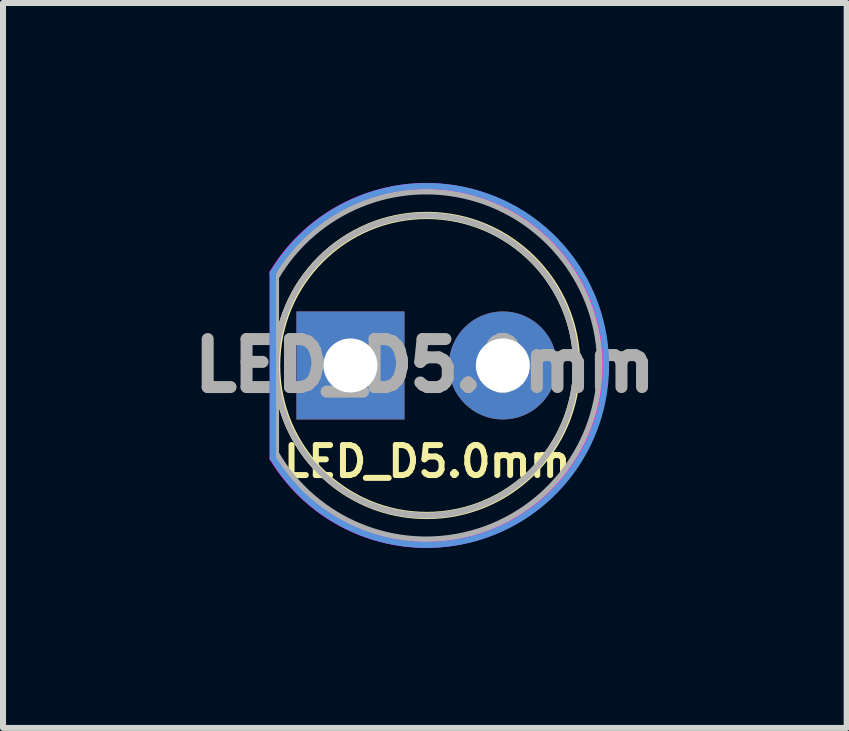
<source format=kicad_pcb>
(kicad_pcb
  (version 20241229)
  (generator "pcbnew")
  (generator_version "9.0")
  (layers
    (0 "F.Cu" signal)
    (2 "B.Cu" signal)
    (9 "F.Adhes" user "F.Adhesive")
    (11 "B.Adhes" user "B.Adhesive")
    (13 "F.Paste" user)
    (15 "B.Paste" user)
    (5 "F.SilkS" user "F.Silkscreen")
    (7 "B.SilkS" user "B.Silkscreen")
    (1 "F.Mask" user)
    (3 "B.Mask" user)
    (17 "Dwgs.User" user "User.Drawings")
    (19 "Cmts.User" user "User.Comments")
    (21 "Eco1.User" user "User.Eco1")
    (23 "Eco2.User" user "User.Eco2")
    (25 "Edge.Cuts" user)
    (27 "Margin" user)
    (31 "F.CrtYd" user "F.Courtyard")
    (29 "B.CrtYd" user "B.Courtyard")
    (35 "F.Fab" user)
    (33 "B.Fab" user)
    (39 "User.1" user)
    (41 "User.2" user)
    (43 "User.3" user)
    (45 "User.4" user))
  (footprint "LED_D5.0mm"
    (layer "F.Cu")
    (at 4.06 3.04)
    (property "Reference" "LED_D5.0mm" (at 0.01 1.6 0) (layer "F.SilkS") (effects (font (size 0.5 0.5) (thickness 0.1))))
    (attr through_hole)
    (fp_circle (center 0 0) (end 2.5 0) (stroke (width 0.12) (type solid)) (fill no) (layer "F.SilkS"))
    (fp_line (start -2.56 -1.545) (end -2.56 1.545) (stroke (width 0.1) (type solid)) (layer "Cmts.User"))
    (fp_arc (start -2.56 -1.54483) (mid 0.802002 -2.880433) (end 2.99 0.000462) (stroke (width 0.1) (type solid)) (layer "Cmts.User"))
    (fp_arc (start 2.99 -0.000462) (mid 0.802002 2.880433) (end -2.56 1.54483) (stroke (width 0.1) (type solid)) (layer "Cmts.User"))
    (fp_line (start -2.57 -1.545) (end -2.57 1.545) (stroke (width 0.1) (type solid)) (layer "F.CrtYd"))
    (fp_arc (start -2.57 -1.54483) (mid 0.792002 -2.880433) (end 2.98 0.000462) (stroke (width 0.1) (type solid)) (layer "F.CrtYd"))
    (fp_arc (start 2.98 -0.000462) (mid 0.792002 2.880433) (end -2.57 1.54483) (stroke (width 0.1) (type solid)) (layer "F.CrtYd"))
    (fp_line (start -2.51 -1.47) (end -2.51 1.47) (stroke (width 0.1) (type solid)) (layer "F.Fab"))
    (fp_arc (start -2.51 -1.469694) (mid 2.89 0.000016) (end -2.510016 1.469666) (stroke (width 0.1) (type solid)) (layer "F.Fab"))
    (fp_circle (center -0.01 0) (end 2.49 0) (stroke (width 0.1) (type solid)) (fill no) (layer "F.Fab"))
    (fp_text user "${REFERENCE}" (at -0.03 0 0) (layer "F.Fab") (effects (font (size 0.8 0.8) (thickness 0.2))))
    (pad "1" thru_hole rect (at -1.27 0) (size 1.8 1.8) (drill 0.9) (layers "*.Cu" "*.Mask"))
    (pad "2" thru_hole circle (at 1.27 0) (size 1.8 1.8) (drill 0.9) (layers "*.Cu" "*.Mask")))
  (gr_rect
    (start -3 -3)
    (end 11.059 9.08)
    (stroke (width 0.1) (type default))
    (fill no)
    (layer "Edge.Cuts")))
</source>
